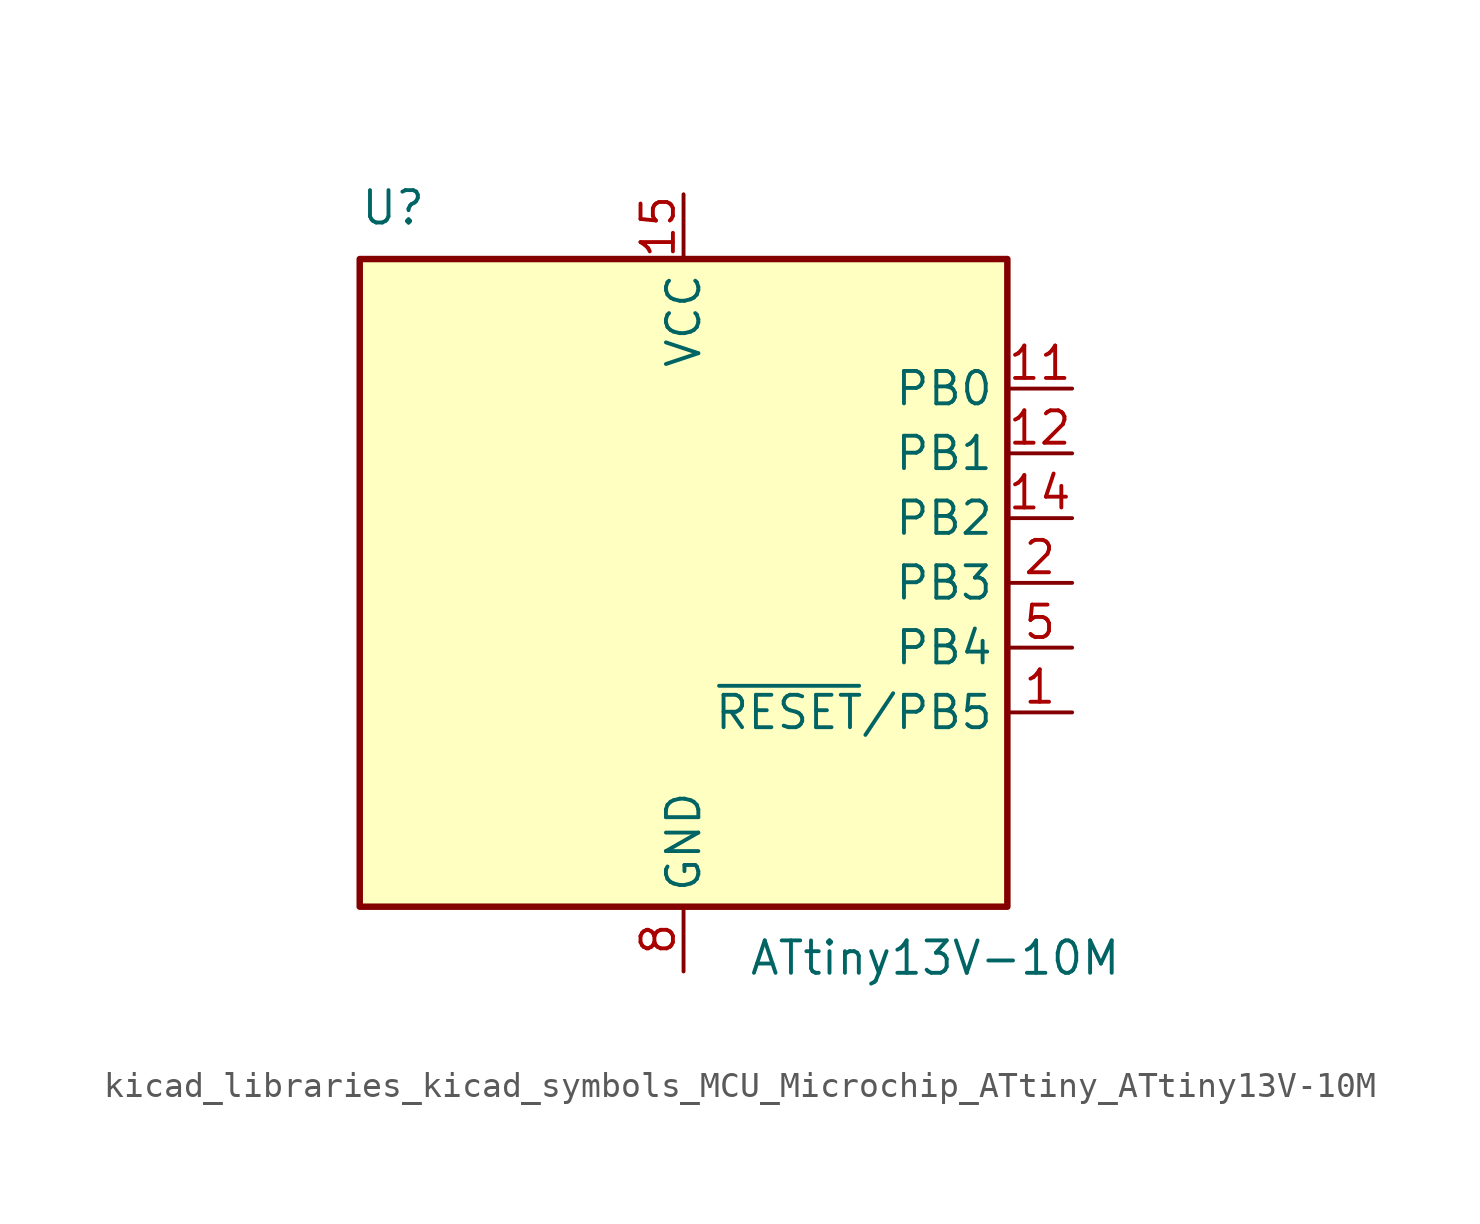
<source format=kicad_sym>
(kicad_symbol_lib
  (version 20220914)
  (generator kicad_symbol_editor)
  (symbol "kicad_libraries_kicad_symbols_MCU_Microchip_ATtiny_ATtiny13V-10M"
    (property "Reference" "U"
      (at -12.7 13.97 0)
      (effects (font (size 1.27 1.27)) (justify left bottom)))
    (property "Value" "ATtiny13V-10M"
      (at 2.54 -13.97 0)
      (effects (font (size 1.27 1.27)) (justify left top)))
    (symbol "kicad_libraries_kicad_symbols_MCU_Microchip_ATtiny_ATtiny13V-10M_0_1"
      (rectangle (start -12.7 -12.7) (end 12.7 12.7) (stroke (width 0.254) (type default)) (fill (type background))))
    (symbol "kicad_libraries_kicad_symbols_MCU_Microchip_ATtiny_ATtiny13V-10M_1_1"
      (pin bidirectional line (at 15.24 -5.08 180) (length 2.54) (name "~{RESET}/PB5" (effects (font (size 1.27 1.27)))) (number "1" (effects (font (size 1.27 1.27)))))
      (pin no_connect line (at -12.7 -2.54 0) (length 2.54) hide (name "NC" (effects (font (size 1.27 1.27)))) (number "10" (effects (font (size 1.27 1.27)))))
      (pin bidirectional line (at 15.24 7.62 180) (length 2.54) (name "PB0" (effects (font (size 1.27 1.27)))) (number "11" (effects (font (size 1.27 1.27)))))
      (pin bidirectional line (at 15.24 5.08 180) (length 2.54) (name "PB1" (effects (font (size 1.27 1.27)))) (number "12" (effects (font (size 1.27 1.27)))))
      (pin no_connect line (at -12.7 -5.08 0) (length 2.54) hide (name "NC" (effects (font (size 1.27 1.27)))) (number "13" (effects (font (size 1.27 1.27)))))
      (pin bidirectional line (at 15.24 2.54 180) (length 2.54) (name "PB2" (effects (font (size 1.27 1.27)))) (number "14" (effects (font (size 1.27 1.27)))))
      (pin power_in line (at 0 15.24 270) (length 2.54) (name "VCC" (effects (font (size 1.27 1.27)))) (number "15" (effects (font (size 1.27 1.27)))))
      (pin no_connect line (at -12.7 -7.62 0) (length 2.54) hide (name "NC" (effects (font (size 1.27 1.27)))) (number "16" (effects (font (size 1.27 1.27)))))
      (pin no_connect line (at -12.7 -10.16 0) (length 2.54) hide (name "NC" (effects (font (size 1.27 1.27)))) (number "17" (effects (font (size 1.27 1.27)))))
      (pin no_connect line (at -7.62 -12.7 90) (length 2.54) hide (name "NC" (effects (font (size 1.27 1.27)))) (number "18" (effects (font (size 1.27 1.27)))))
      (pin no_connect line (at -5.08 -12.7 90) (length 2.54) hide (name "NC" (effects (font (size 1.27 1.27)))) (number "19" (effects (font (size 1.27 1.27)))))
      (pin bidirectional line (at 15.24 0 180) (length 2.54) (name "PB3" (effects (font (size 1.27 1.27)))) (number "2" (effects (font (size 1.27 1.27)))))
      (pin no_connect line (at -2.54 -12.7 90) (length 2.54) hide (name "NC" (effects (font (size 1.27 1.27)))) (number "20" (effects (font (size 1.27 1.27)))))
      (pin passive line (at 0 -15.24 90) (length 2.54) hide (name "GND" (effects (font (size 1.27 1.27)))) (number "21" (effects (font (size 1.27 1.27)))))
      (pin no_connect line (at -12.7 10.16 0) (length 2.54) hide (name "NC" (effects (font (size 1.27 1.27)))) (number "3" (effects (font (size 1.27 1.27)))))
      (pin no_connect line (at -12.7 7.62 0) (length 2.54) hide (name "NC" (effects (font (size 1.27 1.27)))) (number "4" (effects (font (size 1.27 1.27)))))
      (pin bidirectional line (at 15.24 -2.54 180) (length 2.54) (name "PB4" (effects (font (size 1.27 1.27)))) (number "5" (effects (font (size 1.27 1.27)))))
      (pin no_connect line (at -12.7 5.08 0) (length 2.54) hide (name "NC" (effects (font (size 1.27 1.27)))) (number "6" (effects (font (size 1.27 1.27)))))
      (pin no_connect line (at -12.7 2.54 0) (length 2.54) hide (name "NC" (effects (font (size 1.27 1.27)))) (number "7" (effects (font (size 1.27 1.27)))))
      (pin power_in line (at 0 -15.24 90) (length 2.54) (name "GND" (effects (font (size 1.27 1.27)))) (number "8" (effects (font (size 1.27 1.27)))))
      (pin no_connect line (at -12.7 0 0) (length 2.54) hide (name "NC" (effects (font (size 1.27 1.27)))) (number "9" (effects (font (size 1.27 1.27))))))))
</source>
